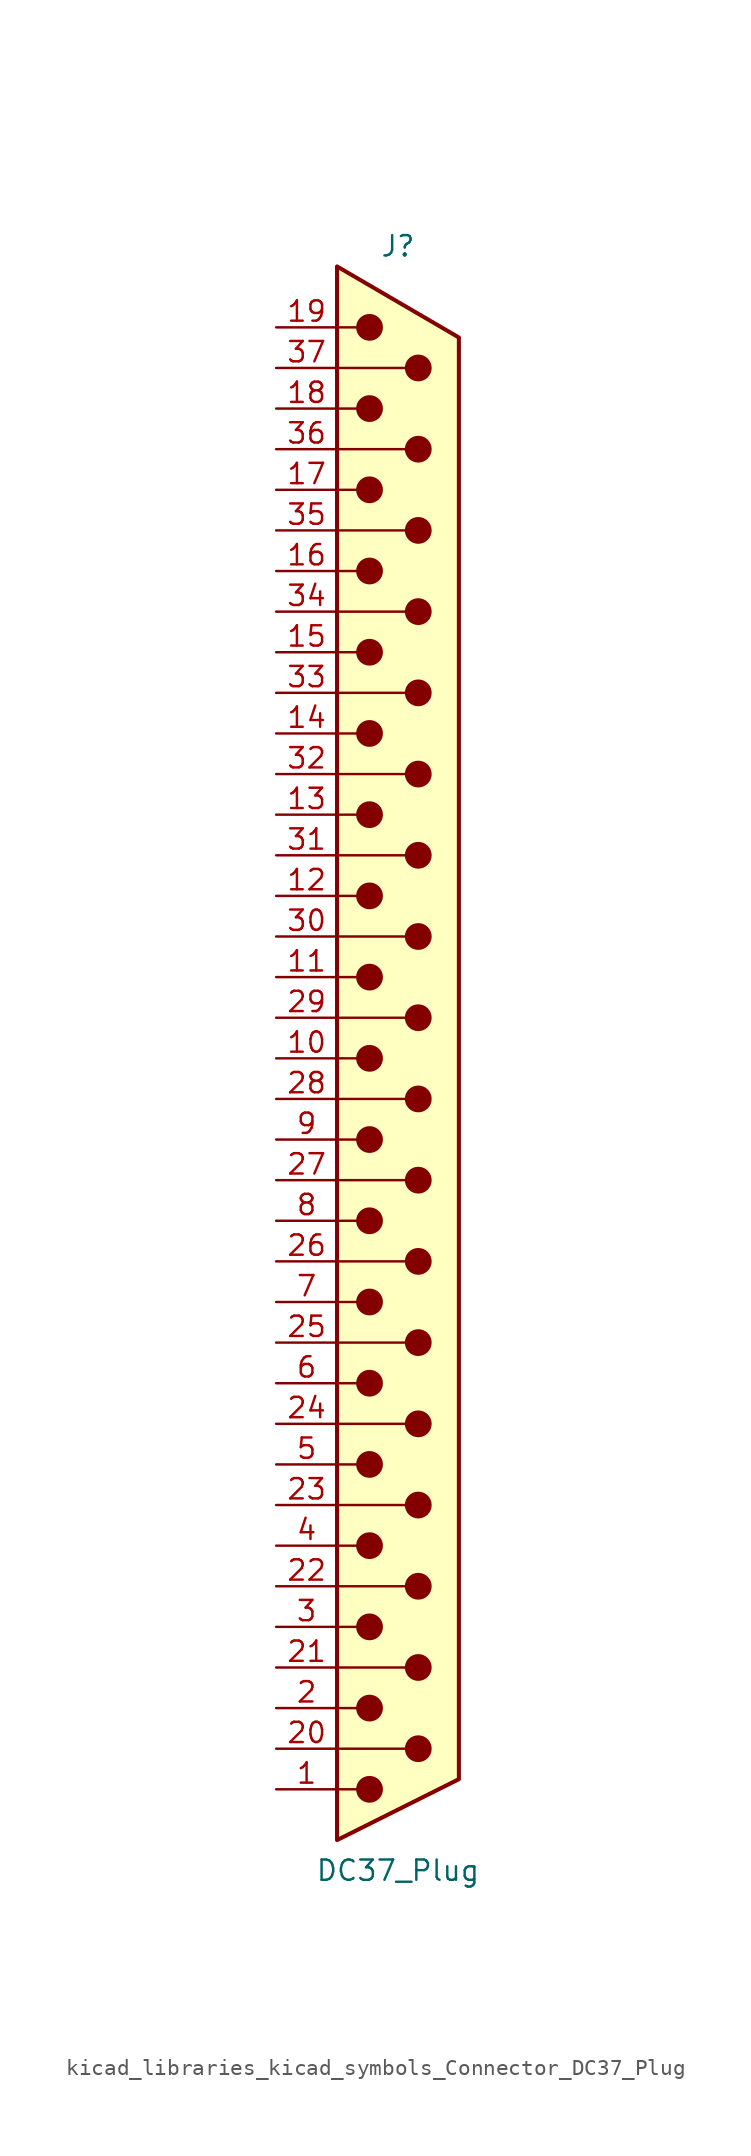
<source format=kicad_sym>
(kicad_symbol_lib
  (version 20220914)
  (generator kicad_symbol_editor)
  (symbol "kicad_libraries_kicad_symbols_Connector_DC37_Plug"
    (pin_names
      (offset 1.016) hide)
    (property "Reference" "J"
      (at 0 50.8 0)
      (effects (font (size 1.27 1.27))))
    (property "Value" "DC37_Plug"
      (at 0 -50.8 0)
      (effects (font (size 1.27 1.27))))
    (symbol "kicad_libraries_kicad_symbols_Connector_DC37_Plug_0_1"
      (circle (center -1.778 -45.72) (radius 0.762) (stroke (width 0) (type default)) (fill (type outline)))
      (circle (center -1.778 -40.64) (radius 0.762) (stroke (width 0) (type default)) (fill (type outline)))
      (circle (center -1.778 -35.56) (radius 0.762) (stroke (width 0) (type default)) (fill (type outline)))
      (circle (center -1.778 -30.48) (radius 0.762) (stroke (width 0) (type default)) (fill (type outline)))
      (circle (center -1.778 -25.4) (radius 0.762) (stroke (width 0) (type default)) (fill (type outline)))
      (circle (center -1.778 -20.32) (radius 0.762) (stroke (width 0) (type default)) (fill (type outline)))
      (circle (center -1.778 -15.24) (radius 0.762) (stroke (width 0) (type default)) (fill (type outline)))
      (circle (center -1.778 -10.16) (radius 0.762) (stroke (width 0) (type default)) (fill (type outline)))
      (circle (center -1.778 -5.08) (radius 0.762) (stroke (width 0) (type default)) (fill (type outline)))
      (circle (center -1.778 0) (radius 0.762) (stroke (width 0) (type default)) (fill (type outline)))
      (circle (center -1.778 5.08) (radius 0.762) (stroke (width 0) (type default)) (fill (type outline)))
      (circle (center -1.778 10.16) (radius 0.762) (stroke (width 0) (type default)) (fill (type outline)))
      (circle (center -1.778 15.24) (radius 0.762) (stroke (width 0) (type default)) (fill (type outline)))
      (circle (center -1.778 20.32) (radius 0.762) (stroke (width 0) (type default)) (fill (type outline)))
      (circle (center -1.778 25.4) (radius 0.762) (stroke (width 0) (type default)) (fill (type outline)))
      (circle (center -1.778 30.48) (radius 0.762) (stroke (width 0) (type default)) (fill (type outline)))
      (circle (center -1.778 35.56) (radius 0.762) (stroke (width 0) (type default)) (fill (type outline)))
      (circle (center -1.778 40.64) (radius 0.762) (stroke (width 0) (type default)) (fill (type outline)))
      (circle (center -1.778 45.72) (radius 0.762) (stroke (width 0) (type default)) (fill (type outline)))
      (polyline (pts (xy -3.81 -45.72) (xy -2.54 -45.72)) (stroke (width 0) (type default)) (fill (type none)))
      (polyline (pts (xy -3.81 -43.18) (xy 0.508 -43.18)) (stroke (width 0) (type default)) (fill (type none)))
      (polyline (pts (xy -3.81 -40.64) (xy -2.54 -40.64)) (stroke (width 0) (type default)) (fill (type none)))
      (polyline (pts (xy -3.81 -38.1) (xy 0.508 -38.1)) (stroke (width 0) (type default)) (fill (type none)))
      (polyline (pts (xy -3.81 -35.56) (xy -2.54 -35.56)) (stroke (width 0) (type default)) (fill (type none)))
      (polyline (pts (xy -3.81 -33.02) (xy 0.508 -33.02)) (stroke (width 0) (type default)) (fill (type none)))
      (polyline (pts (xy -3.81 -30.48) (xy -2.54 -30.48)) (stroke (width 0) (type default)) (fill (type none)))
      (polyline (pts (xy -3.81 -27.94) (xy 0.508 -27.94)) (stroke (width 0) (type default)) (fill (type none)))
      (polyline (pts (xy -3.81 -25.4) (xy -2.54 -25.4)) (stroke (width 0) (type default)) (fill (type none)))
      (polyline (pts (xy -3.81 -22.86) (xy 0.508 -22.86)) (stroke (width 0) (type default)) (fill (type none)))
      (polyline (pts (xy -3.81 -20.32) (xy -2.54 -20.32)) (stroke (width 0) (type default)) (fill (type none)))
      (polyline (pts (xy -3.81 -17.78) (xy 0.508 -17.78)) (stroke (width 0) (type default)) (fill (type none)))
      (polyline (pts (xy -3.81 -15.24) (xy -2.54 -15.24)) (stroke (width 0) (type default)) (fill (type none)))
      (polyline (pts (xy -3.81 -12.7) (xy 0.508 -12.7)) (stroke (width 0) (type default)) (fill (type none)))
      (polyline (pts (xy -3.81 -10.16) (xy -2.54 -10.16)) (stroke (width 0) (type default)) (fill (type none)))
      (polyline (pts (xy -3.81 -7.62) (xy 0.508 -7.62)) (stroke (width 0) (type default)) (fill (type none)))
      (polyline (pts (xy -3.81 -5.08) (xy -2.54 -5.08)) (stroke (width 0) (type default)) (fill (type none)))
      (polyline (pts (xy -3.81 -2.54) (xy 0.508 -2.54)) (stroke (width 0) (type default)) (fill (type none)))
      (polyline (pts (xy -3.81 0) (xy -2.54 0)) (stroke (width 0) (type default)) (fill (type none)))
      (polyline (pts (xy -3.81 2.54) (xy 0.508 2.54)) (stroke (width 0) (type default)) (fill (type none)))
      (polyline (pts (xy -3.81 5.08) (xy -2.54 5.08)) (stroke (width 0) (type default)) (fill (type none)))
      (polyline (pts (xy -3.81 7.62) (xy 0.508 7.62)) (stroke (width 0) (type default)) (fill (type none)))
      (polyline (pts (xy -3.81 10.16) (xy -2.54 10.16)) (stroke (width 0) (type default)) (fill (type none)))
      (polyline (pts (xy -3.81 12.7) (xy 0.508 12.7)) (stroke (width 0) (type default)) (fill (type none)))
      (polyline (pts (xy -3.81 15.24) (xy -2.54 15.24)) (stroke (width 0) (type default)) (fill (type none)))
      (polyline (pts (xy -3.81 17.78) (xy 0.508 17.78)) (stroke (width 0) (type default)) (fill (type none)))
      (polyline (pts (xy -3.81 20.32) (xy -2.54 20.32)) (stroke (width 0) (type default)) (fill (type none)))
      (polyline (pts (xy -3.81 22.86) (xy 0.508 22.86)) (stroke (width 0) (type default)) (fill (type none)))
      (polyline (pts (xy -3.81 25.4) (xy -2.54 25.4)) (stroke (width 0) (type default)) (fill (type none)))
      (polyline (pts (xy -3.81 27.94) (xy 0.508 27.94)) (stroke (width 0) (type default)) (fill (type none)))
      (polyline (pts (xy -3.81 30.48) (xy -2.54 30.48)) (stroke (width 0) (type default)) (fill (type none)))
      (polyline (pts (xy -3.81 33.02) (xy 0.508 33.02)) (stroke (width 0) (type default)) (fill (type none)))
      (polyline (pts (xy -3.81 35.56) (xy -2.54 35.56)) (stroke (width 0) (type default)) (fill (type none)))
      (polyline (pts (xy -3.81 38.1) (xy 0.508 38.1)) (stroke (width 0) (type default)) (fill (type none)))
      (polyline (pts (xy -3.81 40.64) (xy -2.54 40.64)) (stroke (width 0) (type default)) (fill (type none)))
      (polyline (pts (xy -3.81 43.18) (xy 0.508 43.18)) (stroke (width 0) (type default)) (fill (type none)))
      (polyline (pts (xy -3.81 45.72) (xy -2.54 45.72)) (stroke (width 0) (type default)) (fill (type none)))
      (polyline (pts (xy -3.81 49.53) (xy 3.81 45.085) (xy 3.81 -45.085) (xy -3.81 -48.895) (xy -3.81 49.53)) (stroke (width 0.254) (type default)) (fill (type background)))
      (circle (center 1.27 -43.18) (radius 0.762) (stroke (width 0) (type default)) (fill (type outline)))
      (circle (center 1.27 -38.1) (radius 0.762) (stroke (width 0) (type default)) (fill (type outline)))
      (circle (center 1.27 -33.02) (radius 0.762) (stroke (width 0) (type default)) (fill (type outline)))
      (circle (center 1.27 -27.94) (radius 0.762) (stroke (width 0) (type default)) (fill (type outline)))
      (circle (center 1.27 -22.86) (radius 0.762) (stroke (width 0) (type default)) (fill (type outline)))
      (circle (center 1.27 -17.78) (radius 0.762) (stroke (width 0) (type default)) (fill (type outline)))
      (circle (center 1.27 -12.7) (radius 0.762) (stroke (width 0) (type default)) (fill (type outline)))
      (circle (center 1.27 -7.62) (radius 0.762) (stroke (width 0) (type default)) (fill (type outline)))
      (circle (center 1.27 -2.54) (radius 0.762) (stroke (width 0) (type default)) (fill (type outline)))
      (circle (center 1.27 2.54) (radius 0.762) (stroke (width 0) (type default)) (fill (type outline)))
      (circle (center 1.27 7.62) (radius 0.762) (stroke (width 0) (type default)) (fill (type outline)))
      (circle (center 1.27 12.7) (radius 0.762) (stroke (width 0) (type default)) (fill (type outline)))
      (circle (center 1.27 17.78) (radius 0.762) (stroke (width 0) (type default)) (fill (type outline)))
      (circle (center 1.27 22.86) (radius 0.762) (stroke (width 0) (type default)) (fill (type outline)))
      (circle (center 1.27 27.94) (radius 0.762) (stroke (width 0) (type default)) (fill (type outline)))
      (circle (center 1.27 33.02) (radius 0.762) (stroke (width 0) (type default)) (fill (type outline)))
      (circle (center 1.27 38.1) (radius 0.762) (stroke (width 0) (type default)) (fill (type outline)))
      (circle (center 1.27 43.18) (radius 0.762) (stroke (width 0) (type default)) (fill (type outline))))
    (symbol "kicad_libraries_kicad_symbols_Connector_DC37_Plug_1_1"
      (pin passive line (at -7.62 -45.72 0) (length 3.81) (name "1" (effects (font (size 1.27 1.27)))) (number "1" (effects (font (size 1.27 1.27)))))
      (pin passive line (at -7.62 0 0) (length 3.81) (name "10" (effects (font (size 1.27 1.27)))) (number "10" (effects (font (size 1.27 1.27)))))
      (pin passive line (at -7.62 5.08 0) (length 3.81) (name "11" (effects (font (size 1.27 1.27)))) (number "11" (effects (font (size 1.27 1.27)))))
      (pin passive line (at -7.62 10.16 0) (length 3.81) (name "12" (effects (font (size 1.27 1.27)))) (number "12" (effects (font (size 1.27 1.27)))))
      (pin passive line (at -7.62 15.24 0) (length 3.81) (name "13" (effects (font (size 1.27 1.27)))) (number "13" (effects (font (size 1.27 1.27)))))
      (pin passive line (at -7.62 20.32 0) (length 3.81) (name "14" (effects (font (size 1.27 1.27)))) (number "14" (effects (font (size 1.27 1.27)))))
      (pin passive line (at -7.62 25.4 0) (length 3.81) (name "15" (effects (font (size 1.27 1.27)))) (number "15" (effects (font (size 1.27 1.27)))))
      (pin passive line (at -7.62 30.48 0) (length 3.81) (name "16" (effects (font (size 1.27 1.27)))) (number "16" (effects (font (size 1.27 1.27)))))
      (pin passive line (at -7.62 35.56 0) (length 3.81) (name "17" (effects (font (size 1.27 1.27)))) (number "17" (effects (font (size 1.27 1.27)))))
      (pin passive line (at -7.62 40.64 0) (length 3.81) (name "18" (effects (font (size 1.27 1.27)))) (number "18" (effects (font (size 1.27 1.27)))))
      (pin passive line (at -7.62 45.72 0) (length 3.81) (name "19" (effects (font (size 1.27 1.27)))) (number "19" (effects (font (size 1.27 1.27)))))
      (pin passive line (at -7.62 -40.64 0) (length 3.81) (name "2" (effects (font (size 1.27 1.27)))) (number "2" (effects (font (size 1.27 1.27)))))
      (pin passive line (at -7.62 -43.18 0) (length 3.81) (name "20" (effects (font (size 1.27 1.27)))) (number "20" (effects (font (size 1.27 1.27)))))
      (pin passive line (at -7.62 -38.1 0) (length 3.81) (name "21" (effects (font (size 1.27 1.27)))) (number "21" (effects (font (size 1.27 1.27)))))
      (pin passive line (at -7.62 -33.02 0) (length 3.81) (name "22" (effects (font (size 1.27 1.27)))) (number "22" (effects (font (size 1.27 1.27)))))
      (pin passive line (at -7.62 -27.94 0) (length 3.81) (name "23" (effects (font (size 1.27 1.27)))) (number "23" (effects (font (size 1.27 1.27)))))
      (pin passive line (at -7.62 -22.86 0) (length 3.81) (name "24" (effects (font (size 1.27 1.27)))) (number "24" (effects (font (size 1.27 1.27)))))
      (pin passive line (at -7.62 -17.78 0) (length 3.81) (name "25" (effects (font (size 1.27 1.27)))) (number "25" (effects (font (size 1.27 1.27)))))
      (pin passive line (at -7.62 -12.7 0) (length 3.81) (name "26" (effects (font (size 1.27 1.27)))) (number "26" (effects (font (size 1.27 1.27)))))
      (pin passive line (at -7.62 -7.62 0) (length 3.81) (name "27" (effects (font (size 1.27 1.27)))) (number "27" (effects (font (size 1.27 1.27)))))
      (pin passive line (at -7.62 -2.54 0) (length 3.81) (name "28" (effects (font (size 1.27 1.27)))) (number "28" (effects (font (size 1.27 1.27)))))
      (pin passive line (at -7.62 2.54 0) (length 3.81) (name "29" (effects (font (size 1.27 1.27)))) (number "29" (effects (font (size 1.27 1.27)))))
      (pin passive line (at -7.62 -35.56 0) (length 3.81) (name "3" (effects (font (size 1.27 1.27)))) (number "3" (effects (font (size 1.27 1.27)))))
      (pin passive line (at -7.62 7.62 0) (length 3.81) (name "30" (effects (font (size 1.27 1.27)))) (number "30" (effects (font (size 1.27 1.27)))))
      (pin passive line (at -7.62 12.7 0) (length 3.81) (name "31" (effects (font (size 1.27 1.27)))) (number "31" (effects (font (size 1.27 1.27)))))
      (pin passive line (at -7.62 17.78 0) (length 3.81) (name "32" (effects (font (size 1.27 1.27)))) (number "32" (effects (font (size 1.27 1.27)))))
      (pin passive line (at -7.62 22.86 0) (length 3.81) (name "33" (effects (font (size 1.27 1.27)))) (number "33" (effects (font (size 1.27 1.27)))))
      (pin passive line (at -7.62 27.94 0) (length 3.81) (name "34" (effects (font (size 1.27 1.27)))) (number "34" (effects (font (size 1.27 1.27)))))
      (pin passive line (at -7.62 33.02 0) (length 3.81) (name "35" (effects (font (size 1.27 1.27)))) (number "35" (effects (font (size 1.27 1.27)))))
      (pin passive line (at -7.62 38.1 0) (length 3.81) (name "36" (effects (font (size 1.27 1.27)))) (number "36" (effects (font (size 1.27 1.27)))))
      (pin passive line (at -7.62 43.18 0) (length 3.81) (name "37" (effects (font (size 1.27 1.27)))) (number "37" (effects (font (size 1.27 1.27)))))
      (pin passive line (at -7.62 -30.48 0) (length 3.81) (name "4" (effects (font (size 1.27 1.27)))) (number "4" (effects (font (size 1.27 1.27)))))
      (pin passive line (at -7.62 -25.4 0) (length 3.81) (name "5" (effects (font (size 1.27 1.27)))) (number "5" (effects (font (size 1.27 1.27)))))
      (pin passive line (at -7.62 -20.32 0) (length 3.81) (name "6" (effects (font (size 1.27 1.27)))) (number "6" (effects (font (size 1.27 1.27)))))
      (pin passive line (at -7.62 -15.24 0) (length 3.81) (name "7" (effects (font (size 1.27 1.27)))) (number "7" (effects (font (size 1.27 1.27)))))
      (pin passive line (at -7.62 -10.16 0) (length 3.81) (name "8" (effects (font (size 1.27 1.27)))) (number "8" (effects (font (size 1.27 1.27)))))
      (pin passive line (at -7.62 -5.08 0) (length 3.81) (name "9" (effects (font (size 1.27 1.27)))) (number "9" (effects (font (size 1.27 1.27))))))))
</source>
